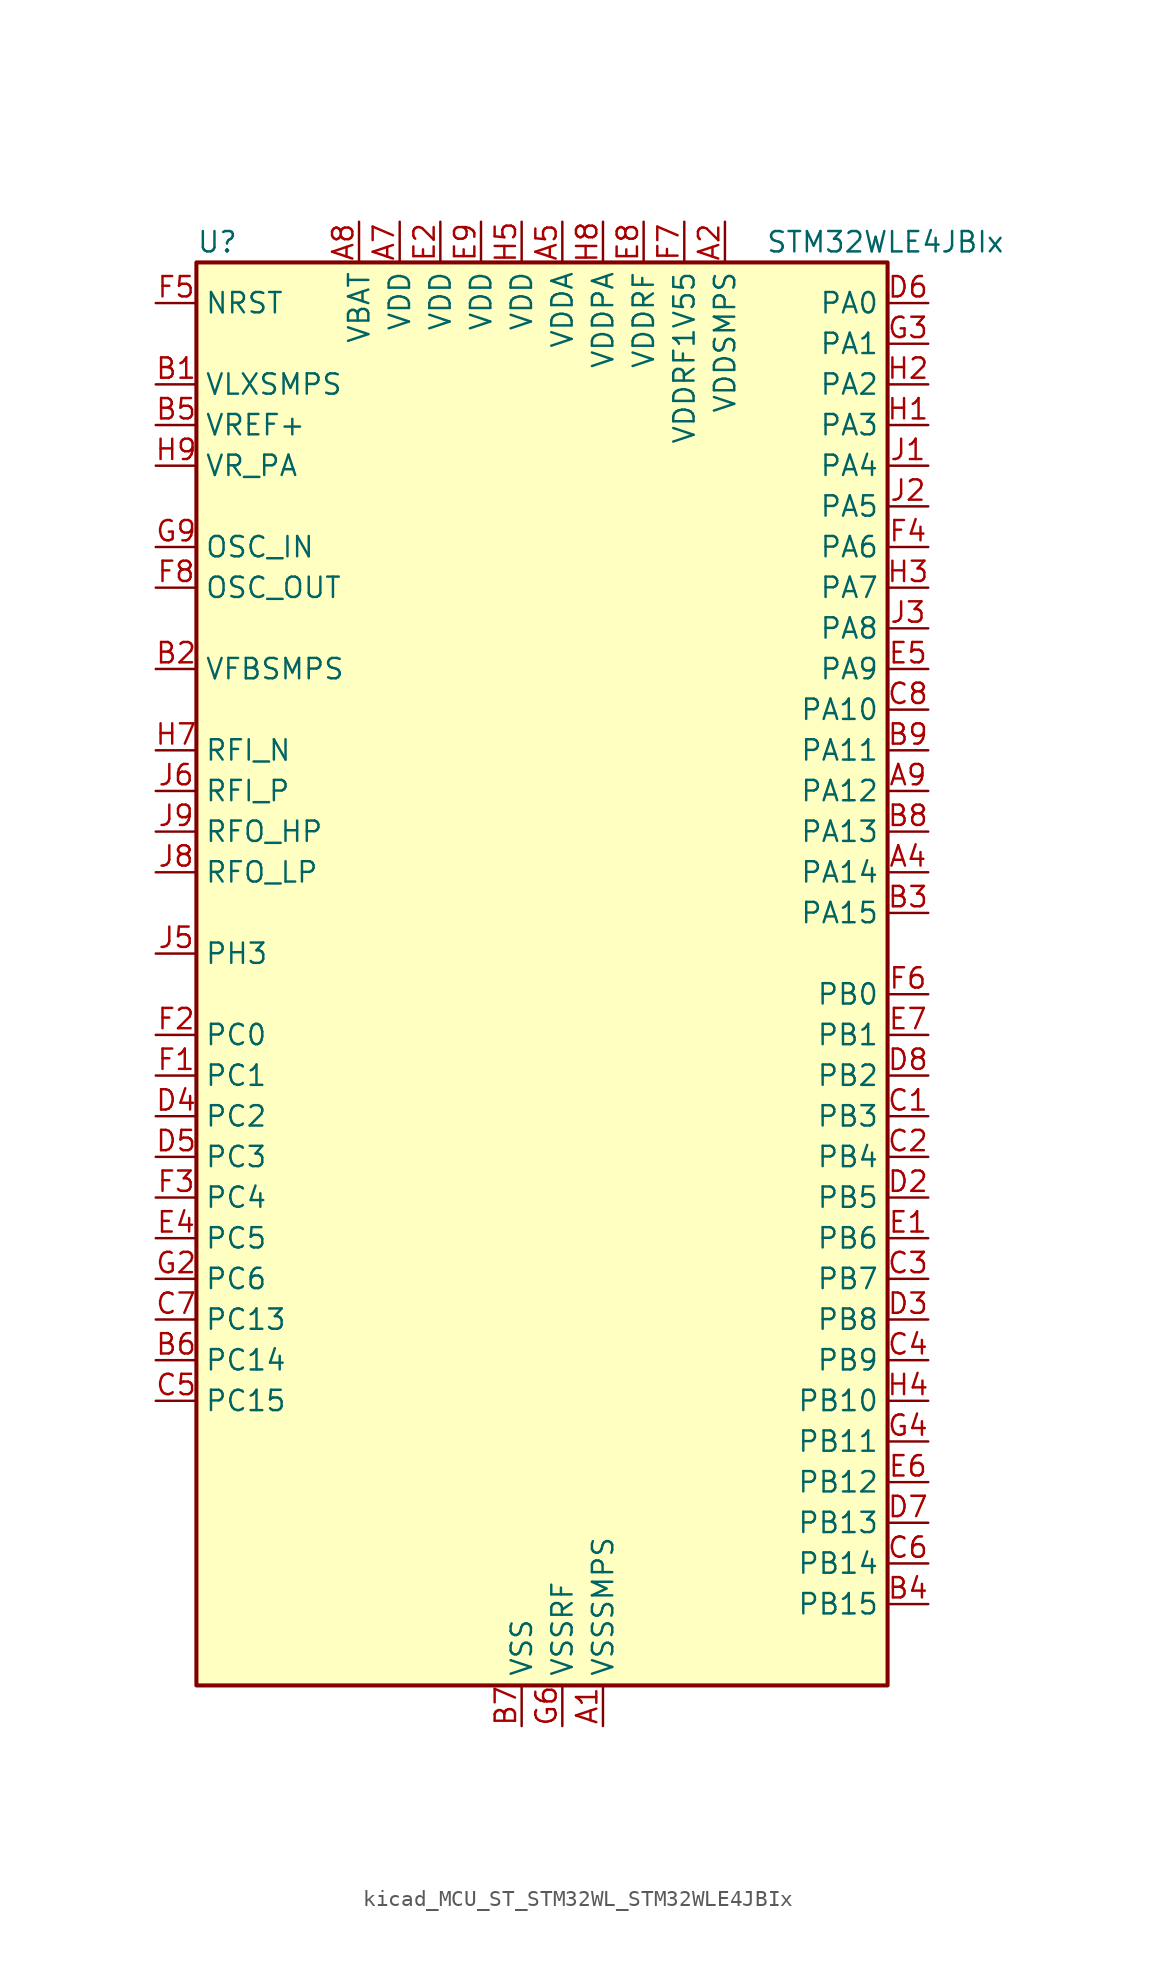
<source format=kicad_sym>
(kicad_symbol_lib
  (version 20220914)
  (generator kicad_symbol_editor)
  (symbol "kicad_MCU_ST_STM32WL_STM32WLE4JBIx"
    (property "Reference" "U"
      (at -20.32 46.99 0)
      (effects (font (size 1.27 1.27)) (justify left)))
    (property "Value" "STM32WLE4JBIx"
      (at 15.24 46.99 0)
      (effects (font (size 1.27 1.27)) (justify left)))
    (property "ki_locked" ""
      (at 0 0 0)
      (effects (font (size 1.27 1.27))))
    (symbol "kicad_MCU_ST_STM32WL_STM32WLE4JBIx_0_1"
      (rectangle (start -20.32 -43.18) (end 22.86 45.72) (stroke (width 0.254) (type default)) (fill (type background))))
    (symbol "kicad_MCU_ST_STM32WL_STM32WLE4JBIx_1_1"
      (pin power_in line (at 5.08 -45.72 90) (length 2.54) (name "VSSSMPS" (effects (font (size 1.27 1.27)))) (number "A1" (effects (font (size 1.27 1.27)))))
      (pin power_in line (at 12.7 48.26 270) (length 2.54) (name "VDDSMPS" (effects (font (size 1.27 1.27)))) (number "A2" (effects (font (size 1.27 1.27)))))
      (pin bidirectional line (at 25.4 7.62 180) (length 2.54) (name "PA14" (effects (font (size 1.27 1.27)))) (number "A4" (effects (font (size 1.27 1.27)))) (alternate "ADC_IN10" bidirectional line) (alternate "DEBUG_JTCK-SWCLK" bidirectional line) (alternate "I2C1_SMBA" bidirectional line) (alternate "LPTIM1_OUT" bidirectional line))
      (pin power_in line (at 2.54 48.26 270) (length 2.54) (name "VDDA" (effects (font (size 1.27 1.27)))) (number "A5" (effects (font (size 1.27 1.27)))))
      (pin power_in line (at -7.62 48.26 270) (length 2.54) (name "VDD" (effects (font (size 1.27 1.27)))) (number "A7" (effects (font (size 1.27 1.27)))))
      (pin power_in line (at -10.16 48.26 270) (length 2.54) (name "VBAT" (effects (font (size 1.27 1.27)))) (number "A8" (effects (font (size 1.27 1.27)))))
      (pin bidirectional line (at 25.4 12.7 180) (length 2.54) (name "PA12" (effects (font (size 1.27 1.27)))) (number "A9" (effects (font (size 1.27 1.27)))) (alternate "ADC_IN8" bidirectional line) (alternate "DEBUG_RF-BUSY" bidirectional line) (alternate "I2C2_SCL" bidirectional line) (alternate "LPTIM3_IN1" bidirectional line) (alternate "SPI1_MOSI" bidirectional line) (alternate "TIM1_ETR" bidirectional line) (alternate "USART1_DE" bidirectional line) (alternate "USART1_RTS" bidirectional line))
      (pin power_in line (at -22.86 38.1 0) (length 2.54) (name "VLXSMPS" (effects (font (size 1.27 1.27)))) (number "B1" (effects (font (size 1.27 1.27)))))
      (pin input line (at -22.86 20.32 0) (length 2.54) (name "VFBSMPS" (effects (font (size 1.27 1.27)))) (number "B2" (effects (font (size 1.27 1.27)))))
      (pin bidirectional line (at 25.4 5.08 180) (length 2.54) (name "PA15" (effects (font (size 1.27 1.27)))) (number "B3" (effects (font (size 1.27 1.27)))) (alternate "ADC_IN11" bidirectional line) (alternate "COMP1_INM" bidirectional line) (alternate "COMP2_INP" bidirectional line) (alternate "DEBUG_JTDI" bidirectional line) (alternate "I2C2_SDA" bidirectional line) (alternate "SPI1_NSS" bidirectional line) (alternate "TIM2_CH1" bidirectional line) (alternate "TIM2_ETR" bidirectional line))
      (pin bidirectional line (at 25.4 -38.1 180) (length 2.54) (name "PB15" (effects (font (size 1.27 1.27)))) (number "B4" (effects (font (size 1.27 1.27)))) (alternate "I2C2_SCL" bidirectional line) (alternate "I2S2_SD" bidirectional line) (alternate "SPI2_MOSI" bidirectional line) (alternate "TIM1_CH3N" bidirectional line))
      (pin input line (at -22.86 35.56 0) (length 2.54) (name "VREF+" (effects (font (size 1.27 1.27)))) (number "B5" (effects (font (size 1.27 1.27)))) (alternate "VREFBUF_OUT" bidirectional line))
      (pin bidirectional line (at -22.86 -22.86 0) (length 2.54) (name "PC14" (effects (font (size 1.27 1.27)))) (number "B6" (effects (font (size 1.27 1.27)))) (alternate "RCC_OSC32_IN" bidirectional line))
      (pin power_in line (at 0 -45.72 90) (length 2.54) (name "VSS" (effects (font (size 1.27 1.27)))) (number "B7" (effects (font (size 1.27 1.27)))))
      (pin bidirectional line (at 25.4 10.16 180) (length 2.54) (name "PA13" (effects (font (size 1.27 1.27)))) (number "B8" (effects (font (size 1.27 1.27)))) (alternate "ADC_IN9" bidirectional line) (alternate "DEBUG_JTMS-SWDIO" bidirectional line) (alternate "I2C2_SMBA" bidirectional line) (alternate "IR_OUT" bidirectional line))
      (pin bidirectional line (at 25.4 15.24 180) (length 2.54) (name "PA11" (effects (font (size 1.27 1.27)))) (number "B9" (effects (font (size 1.27 1.27)))) (alternate "ADC_EXTI11" bidirectional line) (alternate "ADC_IN7" bidirectional line) (alternate "COMP1_INM" bidirectional line) (alternate "COMP2_INM" bidirectional line) (alternate "DEBUG_RF-NRESET" bidirectional line) (alternate "I2C2_SDA" bidirectional line) (alternate "LPTIM3_ETR" bidirectional line) (alternate "SPI1_MISO" bidirectional line) (alternate "TIM1_BKIN2" bidirectional line) (alternate "TIM1_CH4" bidirectional line) (alternate "USART1_CTS" bidirectional line) (alternate "USART1_NSS" bidirectional line))
      (pin bidirectional line (at 25.4 -7.62 180) (length 2.54) (name "PB3" (effects (font (size 1.27 1.27)))) (number "C1" (effects (font (size 1.27 1.27)))) (alternate "ADC_IN2" bidirectional line) (alternate "COMP1_INM" bidirectional line) (alternate "COMP2_INM" bidirectional line) (alternate "DEBUG_JTDO-SWO" bidirectional line) (alternate "DEBUG_RF-DTB1" bidirectional line) (alternate "PWR_WKUP3" bidirectional line) (alternate "RTC_TAMP_IN3" bidirectional line) (alternate "SPI1_SCK" bidirectional line) (alternate "TIM2_CH2" bidirectional line) (alternate "USART1_DE" bidirectional line) (alternate "USART1_RTS" bidirectional line))
      (pin bidirectional line (at 25.4 -10.16 180) (length 2.54) (name "PB4" (effects (font (size 1.27 1.27)))) (number "C2" (effects (font (size 1.27 1.27)))) (alternate "ADC_IN3" bidirectional line) (alternate "COMP1_INP" bidirectional line) (alternate "COMP2_INP" bidirectional line) (alternate "DEBUG_JTRST" bidirectional line) (alternate "DEBUG_RF-LDORDY" bidirectional line) (alternate "I2C3_SDA" bidirectional line) (alternate "SPI1_MISO" bidirectional line) (alternate "TIM17_BKIN" bidirectional line) (alternate "USART1_CTS" bidirectional line) (alternate "USART1_NSS" bidirectional line))
      (pin bidirectional line (at 25.4 -17.78 180) (length 2.54) (name "PB7" (effects (font (size 1.27 1.27)))) (number "C3" (effects (font (size 1.27 1.27)))) (alternate "I2C1_SDA" bidirectional line) (alternate "LPTIM1_IN2" bidirectional line) (alternate "PWR_PVD_IN" bidirectional line) (alternate "TIM17_CH1N" bidirectional line) (alternate "TIM1_BKIN" bidirectional line) (alternate "USART1_RX" bidirectional line))
      (pin bidirectional line (at 25.4 -22.86 180) (length 2.54) (name "PB9" (effects (font (size 1.27 1.27)))) (number "C4" (effects (font (size 1.27 1.27)))) (alternate "DAC_EXTI9" bidirectional line) (alternate "I2C1_SDA" bidirectional line) (alternate "I2S2_WS" bidirectional line) (alternate "IR_OUT" bidirectional line) (alternate "SPI2_NSS" bidirectional line) (alternate "TIM17_CH1" bidirectional line) (alternate "TIM1_CH3N" bidirectional line))
      (pin bidirectional line (at -22.86 -25.4 0) (length 2.54) (name "PC15" (effects (font (size 1.27 1.27)))) (number "C5" (effects (font (size 1.27 1.27)))) (alternate "RCC_OSC32_OUT" bidirectional line))
      (pin bidirectional line (at 25.4 -35.56 180) (length 2.54) (name "PB14" (effects (font (size 1.27 1.27)))) (number "C6" (effects (font (size 1.27 1.27)))) (alternate "ADC_IN1" bidirectional line) (alternate "I2C3_SDA" bidirectional line) (alternate "I2S2_MCK" bidirectional line) (alternate "SPI2_MISO" bidirectional line) (alternate "TIM1_CH2N" bidirectional line))
      (pin bidirectional line (at -22.86 -20.32 0) (length 2.54) (name "PC13" (effects (font (size 1.27 1.27)))) (number "C7" (effects (font (size 1.27 1.27)))) (alternate "PWR_WKUP2" bidirectional line) (alternate "RTC_OUT1" bidirectional line) (alternate "RTC_TAMP_IN1" bidirectional line) (alternate "RTC_TS" bidirectional line))
      (pin bidirectional line (at 25.4 17.78 180) (length 2.54) (name "PA10" (effects (font (size 1.27 1.27)))) (number "C8" (effects (font (size 1.27 1.27)))) (alternate "ADC_IN6" bidirectional line) (alternate "COMP1_INM" bidirectional line) (alternate "COMP2_INM" bidirectional line) (alternate "DAC_OUT1" bidirectional line) (alternate "DEBUG_RF-HSE32RDY" bidirectional line) (alternate "I2C1_SDA" bidirectional line) (alternate "I2S2_SD" bidirectional line) (alternate "RTC_REFIN" bidirectional line) (alternate "SPI2_MOSI" bidirectional line) (alternate "TIM17_BKIN" bidirectional line) (alternate "TIM1_CH3" bidirectional line) (alternate "USART1_RX" bidirectional line))
      (pin bidirectional line (at 25.4 -12.7 180) (length 2.54) (name "PB5" (effects (font (size 1.27 1.27)))) (number "D2" (effects (font (size 1.27 1.27)))) (alternate "COMP2_OUT" bidirectional line) (alternate "I2C1_SMBA" bidirectional line) (alternate "LPTIM1_IN1" bidirectional line) (alternate "SPI1_MOSI" bidirectional line) (alternate "TIM16_BKIN" bidirectional line) (alternate "USART1_CK" bidirectional line))
      (pin bidirectional line (at 25.4 -20.32 180) (length 2.54) (name "PB8" (effects (font (size 1.27 1.27)))) (number "D3" (effects (font (size 1.27 1.27)))) (alternate "I2C1_SCL" bidirectional line) (alternate "TIM16_CH1" bidirectional line) (alternate "TIM1_CH2N" bidirectional line))
      (pin bidirectional line (at -22.86 -7.62 0) (length 2.54) (name "PC2" (effects (font (size 1.27 1.27)))) (number "D4" (effects (font (size 1.27 1.27)))) (alternate "LPTIM1_IN2" bidirectional line) (alternate "SPI2_MISO" bidirectional line))
      (pin bidirectional line (at -22.86 -10.16 0) (length 2.54) (name "PC3" (effects (font (size 1.27 1.27)))) (number "D5" (effects (font (size 1.27 1.27)))) (alternate "I2S2_SD" bidirectional line) (alternate "LPTIM1_ETR" bidirectional line) (alternate "LPTIM2_ETR" bidirectional line) (alternate "SPI2_MOSI" bidirectional line))
      (pin bidirectional line (at 25.4 43.18 180) (length 2.54) (name "PA0" (effects (font (size 1.27 1.27)))) (number "D6" (effects (font (size 1.27 1.27)))) (alternate "COMP1_OUT" bidirectional line) (alternate "DEBUG_PWR-REGLP1S" bidirectional line) (alternate "I2C3_SMBA" bidirectional line) (alternate "I2S_CKIN" bidirectional line) (alternate "PWR_WKUP1" bidirectional line) (alternate "RTC_TAMP_IN2" bidirectional line) (alternate "TIM2_CH1" bidirectional line) (alternate "TIM2_ETR" bidirectional line) (alternate "USART2_CTS" bidirectional line) (alternate "USART2_NSS" bidirectional line))
      (pin bidirectional line (at 25.4 -33.02 180) (length 2.54) (name "PB13" (effects (font (size 1.27 1.27)))) (number "D7" (effects (font (size 1.27 1.27)))) (alternate "ADC_IN0" bidirectional line) (alternate "I2C3_SCL" bidirectional line) (alternate "I2S2_CK" bidirectional line) (alternate "LPUART1_CTS" bidirectional line) (alternate "SPI2_SCK" bidirectional line) (alternate "TIM1_CH1N" bidirectional line))
      (pin bidirectional line (at 25.4 -5.08 180) (length 2.54) (name "PB2" (effects (font (size 1.27 1.27)))) (number "D8" (effects (font (size 1.27 1.27)))) (alternate "ADC_IN4" bidirectional line) (alternate "COMP1_INP" bidirectional line) (alternate "COMP2_INM" bidirectional line) (alternate "DEBUG_RF-SMPSRDY" bidirectional line) (alternate "I2C3_SMBA" bidirectional line) (alternate "LPTIM1_OUT" bidirectional line) (alternate "SPI1_NSS" bidirectional line))
      (pin passive line (at 0 -45.72 90) (length 2.54) hide (name "VSS" (effects (font (size 1.27 1.27)))) (number "D9" (effects (font (size 1.27 1.27)))))
      (pin bidirectional line (at 25.4 -15.24 180) (length 2.54) (name "PB6" (effects (font (size 1.27 1.27)))) (number "E1" (effects (font (size 1.27 1.27)))) (alternate "I2C1_SCL" bidirectional line) (alternate "LPTIM1_ETR" bidirectional line) (alternate "TIM16_CH1N" bidirectional line) (alternate "USART1_TX" bidirectional line))
      (pin power_in line (at -5.08 48.26 270) (length 2.54) (name "VDD" (effects (font (size 1.27 1.27)))) (number "E2" (effects (font (size 1.27 1.27)))))
      (pin passive line (at 0 -45.72 90) (length 2.54) hide (name "VSS" (effects (font (size 1.27 1.27)))) (number "E3" (effects (font (size 1.27 1.27)))))
      (pin bidirectional line (at -22.86 -15.24 0) (length 2.54) (name "PC5" (effects (font (size 1.27 1.27)))) (number "E4" (effects (font (size 1.27 1.27)))))
      (pin bidirectional line (at 25.4 20.32 180) (length 2.54) (name "PA9" (effects (font (size 1.27 1.27)))) (number "E5" (effects (font (size 1.27 1.27)))) (alternate "DAC_EXTI9" bidirectional line) (alternate "I2C1_SCL" bidirectional line) (alternate "I2S2_CK" bidirectional line) (alternate "I2S2_WS" bidirectional line) (alternate "SPI2_NSS" bidirectional line) (alternate "SPI2_SCK" bidirectional line) (alternate "TIM1_CH2" bidirectional line) (alternate "USART1_TX" bidirectional line))
      (pin bidirectional line (at 25.4 -30.48 180) (length 2.54) (name "PB12" (effects (font (size 1.27 1.27)))) (number "E6" (effects (font (size 1.27 1.27)))) (alternate "I2C3_SMBA" bidirectional line) (alternate "I2S2_WS" bidirectional line) (alternate "LPUART1_RTS" bidirectional line) (alternate "SPI2_NSS" bidirectional line) (alternate "TIM1_BKIN" bidirectional line))
      (pin bidirectional line (at 25.4 -2.54 180) (length 2.54) (name "PB1" (effects (font (size 1.27 1.27)))) (number "E7" (effects (font (size 1.27 1.27)))) (alternate "ADC_IN5" bidirectional line) (alternate "COMP2_INP" bidirectional line) (alternate "LPTIM2_IN1" bidirectional line) (alternate "LPUART1_DE" bidirectional line) (alternate "LPUART1_RTS" bidirectional line))
      (pin power_in line (at 7.62 48.26 270) (length 2.54) (name "VDDRF" (effects (font (size 1.27 1.27)))) (number "E8" (effects (font (size 1.27 1.27)))))
      (pin power_in line (at -2.54 48.26 270) (length 2.54) (name "VDD" (effects (font (size 1.27 1.27)))) (number "E9" (effects (font (size 1.27 1.27)))))
      (pin bidirectional line (at -22.86 -5.08 0) (length 2.54) (name "PC1" (effects (font (size 1.27 1.27)))) (number "F1" (effects (font (size 1.27 1.27)))) (alternate "I2C3_SDA" bidirectional line) (alternate "I2S2_SD" bidirectional line) (alternate "LPTIM1_OUT" bidirectional line) (alternate "LPUART1_TX" bidirectional line) (alternate "SPI2_MOSI" bidirectional line))
      (pin bidirectional line (at -22.86 -2.54 0) (length 2.54) (name "PC0" (effects (font (size 1.27 1.27)))) (number "F2" (effects (font (size 1.27 1.27)))) (alternate "I2C3_SCL" bidirectional line) (alternate "LPTIM1_IN1" bidirectional line) (alternate "LPTIM2_IN1" bidirectional line) (alternate "LPUART1_RX" bidirectional line))
      (pin bidirectional line (at -22.86 -12.7 0) (length 2.54) (name "PC4" (effects (font (size 1.27 1.27)))) (number "F3" (effects (font (size 1.27 1.27)))))
      (pin bidirectional line (at 25.4 27.94 180) (length 2.54) (name "PA6" (effects (font (size 1.27 1.27)))) (number "F4" (effects (font (size 1.27 1.27)))) (alternate "DEBUG_SUBGHZSPI-MISOOUT" bidirectional line) (alternate "I2C2_SMBA" bidirectional line) (alternate "LPUART1_CTS" bidirectional line) (alternate "SPI1_MISO" bidirectional line) (alternate "TIM16_CH1" bidirectional line) (alternate "TIM1_BKIN" bidirectional line))
      (pin input line (at -22.86 43.18 0) (length 2.54) (name "NRST" (effects (font (size 1.27 1.27)))) (number "F5" (effects (font (size 1.27 1.27)))))
      (pin bidirectional line (at 25.4 0 180) (length 2.54) (name "PB0" (effects (font (size 1.27 1.27)))) (number "F6" (effects (font (size 1.27 1.27)))) (alternate "COMP1_OUT" bidirectional line) (alternate "VDDTCXO" bidirectional line))
      (pin power_in line (at 10.16 48.26 270) (length 2.54) (name "VDDRF1V55" (effects (font (size 1.27 1.27)))) (number "F7" (effects (font (size 1.27 1.27)))))
      (pin input line (at -22.86 25.4 0) (length 2.54) (name "OSC_OUT" (effects (font (size 1.27 1.27)))) (number "F8" (effects (font (size 1.27 1.27)))) (alternate "RCC_OSC_OUT" bidirectional line))
      (pin bidirectional line (at -22.86 -17.78 0) (length 2.54) (name "PC6" (effects (font (size 1.27 1.27)))) (number "G2" (effects (font (size 1.27 1.27)))) (alternate "I2S2_MCK" bidirectional line))
      (pin bidirectional line (at 25.4 40.64 180) (length 2.54) (name "PA1" (effects (font (size 1.27 1.27)))) (number "G3" (effects (font (size 1.27 1.27)))) (alternate "DEBUG_PWR-REGLP2S" bidirectional line) (alternate "I2C1_SMBA" bidirectional line) (alternate "LPTIM3_OUT" bidirectional line) (alternate "LPUART1_RTS" bidirectional line) (alternate "SPI1_SCK" bidirectional line) (alternate "TIM2_CH2" bidirectional line) (alternate "USART2_DE" bidirectional line) (alternate "USART2_RTS" bidirectional line))
      (pin bidirectional line (at 25.4 -27.94 180) (length 2.54) (name "PB11" (effects (font (size 1.27 1.27)))) (number "G4" (effects (font (size 1.27 1.27)))) (alternate "ADC_EXTI11" bidirectional line) (alternate "COMP2_OUT" bidirectional line) (alternate "I2C3_SDA" bidirectional line) (alternate "LPUART1_TX" bidirectional line) (alternate "TIM2_CH4" bidirectional line))
      (pin passive line (at 0 -45.72 90) (length 2.54) hide (name "VSS" (effects (font (size 1.27 1.27)))) (number "G5" (effects (font (size 1.27 1.27)))))
      (pin power_in line (at 2.54 -45.72 90) (length 2.54) (name "VSSRF" (effects (font (size 1.27 1.27)))) (number "G6" (effects (font (size 1.27 1.27)))))
      (pin passive line (at 2.54 -45.72 90) (length 2.54) hide (name "VSSRF" (effects (font (size 1.27 1.27)))) (number "G7" (effects (font (size 1.27 1.27)))))
      (pin passive line (at 2.54 -45.72 90) (length 2.54) hide (name "VSSRF" (effects (font (size 1.27 1.27)))) (number "G8" (effects (font (size 1.27 1.27)))))
      (pin input line (at -22.86 27.94 0) (length 2.54) (name "OSC_IN" (effects (font (size 1.27 1.27)))) (number "G9" (effects (font (size 1.27 1.27)))) (alternate "RCC_OSC_IN" bidirectional line))
      (pin bidirectional line (at 25.4 35.56 180) (length 2.54) (name "PA3" (effects (font (size 1.27 1.27)))) (number "H1" (effects (font (size 1.27 1.27)))) (alternate "I2S2_MCK" bidirectional line) (alternate "LPUART1_RX" bidirectional line) (alternate "TIM2_CH4" bidirectional line) (alternate "USART2_RX" bidirectional line))
      (pin bidirectional line (at 25.4 38.1 180) (length 2.54) (name "PA2" (effects (font (size 1.27 1.27)))) (number "H2" (effects (font (size 1.27 1.27)))) (alternate "COMP2_OUT" bidirectional line) (alternate "DEBUG_PWR-LDORDY" bidirectional line) (alternate "LPUART1_TX" bidirectional line) (alternate "RCC_LSCO" bidirectional line) (alternate "TIM2_CH3" bidirectional line) (alternate "USART2_TX" bidirectional line))
      (pin bidirectional line (at 25.4 25.4 180) (length 2.54) (name "PA7" (effects (font (size 1.27 1.27)))) (number "H3" (effects (font (size 1.27 1.27)))) (alternate "COMP2_OUT" bidirectional line) (alternate "DEBUG_SUBGHZSPI-MOSIOUT" bidirectional line) (alternate "I2C3_SCL" bidirectional line) (alternate "SPI1_MOSI" bidirectional line) (alternate "TIM17_CH1" bidirectional line) (alternate "TIM1_CH1N" bidirectional line))
      (pin bidirectional line (at 25.4 -25.4 180) (length 2.54) (name "PB10" (effects (font (size 1.27 1.27)))) (number "H4" (effects (font (size 1.27 1.27)))) (alternate "COMP1_OUT" bidirectional line) (alternate "I2C3_SCL" bidirectional line) (alternate "I2S2_CK" bidirectional line) (alternate "LPUART1_RX" bidirectional line) (alternate "SPI2_SCK" bidirectional line) (alternate "TIM2_CH3" bidirectional line))
      (pin power_in line (at 0 48.26 270) (length 2.54) (name "VDD" (effects (font (size 1.27 1.27)))) (number "H5" (effects (font (size 1.27 1.27)))))
      (pin passive line (at 2.54 -45.72 90) (length 2.54) hide (name "VSSRF" (effects (font (size 1.27 1.27)))) (number "H6" (effects (font (size 1.27 1.27)))))
      (pin bidirectional line (at -22.86 15.24 0) (length 2.54) (name "RFI_N" (effects (font (size 1.27 1.27)))) (number "H7" (effects (font (size 1.27 1.27)))))
      (pin power_in line (at 5.08 48.26 270) (length 2.54) (name "VDDPA" (effects (font (size 1.27 1.27)))) (number "H8" (effects (font (size 1.27 1.27)))))
      (pin power_in line (at -22.86 33.02 0) (length 2.54) (name "VR_PA" (effects (font (size 1.27 1.27)))) (number "H9" (effects (font (size 1.27 1.27)))))
      (pin bidirectional line (at 25.4 33.02 180) (length 2.54) (name "PA4" (effects (font (size 1.27 1.27)))) (number "J1" (effects (font (size 1.27 1.27)))) (alternate "DEBUG_SUBGHZSPI-NSSOUT" bidirectional line) (alternate "LPTIM1_OUT" bidirectional line) (alternate "LPTIM2_OUT" bidirectional line) (alternate "RTC_OUT2" bidirectional line) (alternate "SPI1_NSS" bidirectional line) (alternate "USART2_CK" bidirectional line))
      (pin bidirectional line (at 25.4 30.48 180) (length 2.54) (name "PA5" (effects (font (size 1.27 1.27)))) (number "J2" (effects (font (size 1.27 1.27)))) (alternate "DEBUG_SUBGHZSPI-SCKOUT" bidirectional line) (alternate "LPTIM2_ETR" bidirectional line) (alternate "SPI1_SCK" bidirectional line) (alternate "SPI2_MISO" bidirectional line) (alternate "TIM2_CH1" bidirectional line) (alternate "TIM2_ETR" bidirectional line))
      (pin bidirectional line (at 25.4 22.86 180) (length 2.54) (name "PA8" (effects (font (size 1.27 1.27)))) (number "J3" (effects (font (size 1.27 1.27)))) (alternate "I2S2_CK" bidirectional line) (alternate "LPTIM2_OUT" bidirectional line) (alternate "RCC_MCO" bidirectional line) (alternate "SPI2_SCK" bidirectional line) (alternate "TIM1_CH1" bidirectional line) (alternate "USART1_CK" bidirectional line))
      (pin bidirectional line (at -22.86 2.54 0) (length 2.54) (name "PH3" (effects (font (size 1.27 1.27)))) (number "J5" (effects (font (size 1.27 1.27)))))
      (pin bidirectional line (at -22.86 12.7 0) (length 2.54) (name "RFI_P" (effects (font (size 1.27 1.27)))) (number "J6" (effects (font (size 1.27 1.27)))))
      (pin bidirectional line (at -22.86 7.62 0) (length 2.54) (name "RFO_LP" (effects (font (size 1.27 1.27)))) (number "J8" (effects (font (size 1.27 1.27)))))
      (pin bidirectional line (at -22.86 10.16 0) (length 2.54) (name "RFO_HP" (effects (font (size 1.27 1.27)))) (number "J9" (effects (font (size 1.27 1.27))))))))
</source>
